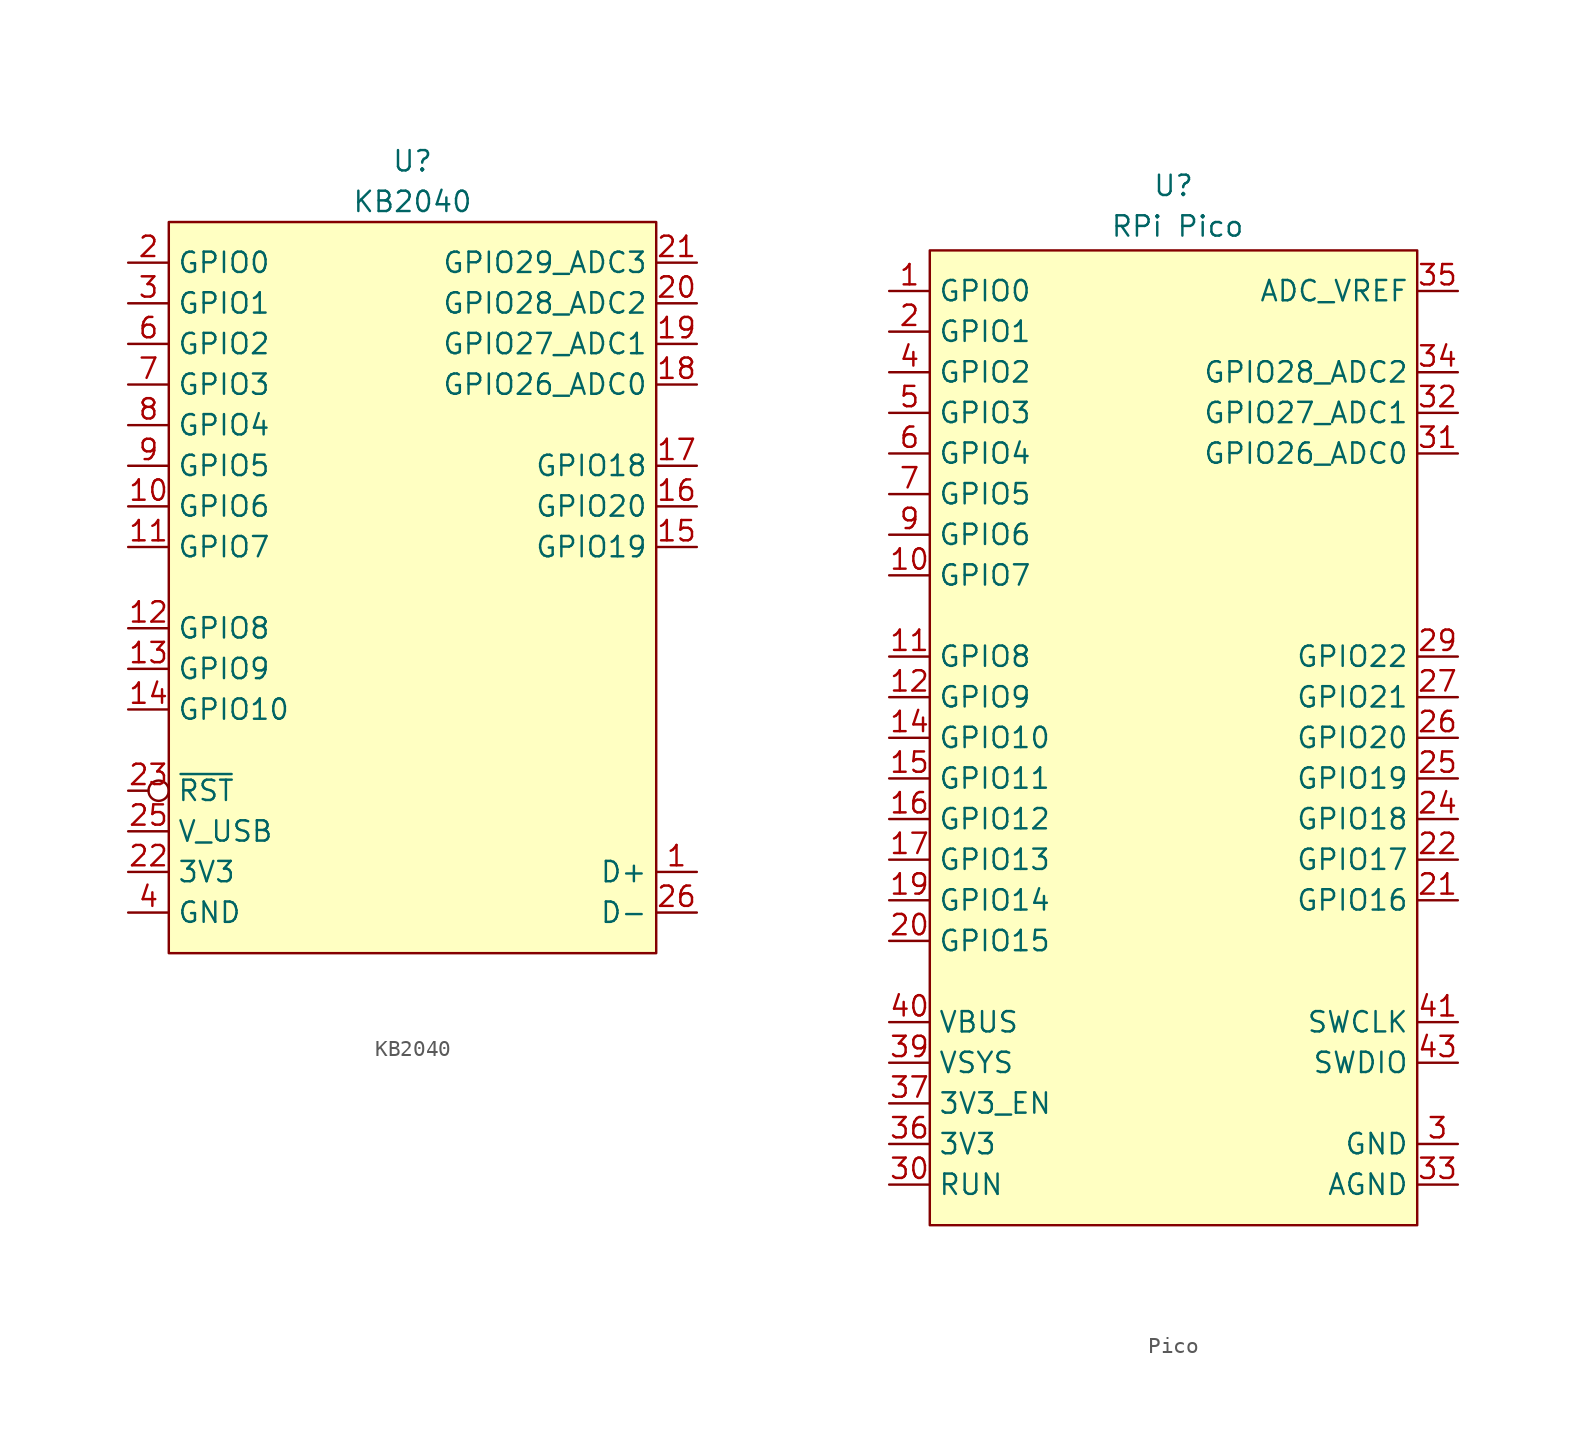
<source format=kicad_sym>
(kicad_symbol_lib
  (version 20241209)
  (generator "kicad_symbol_editor")
  (generator_version "9.0")
  (symbol "KB2040"
    (property "Reference" "U"
      (at 0 3.81 0)
      (effects (font (size 1.27 1.27))))
    (property "Value" "KB2040"
      (at 0 1.27 0)
      (effects (font (size 1.27 1.27))))
    (symbol "KB2040_0_1"
      (rectangle (start -15.24 0) (end 15.24 -45.72) (stroke (width 0) (type default)) (fill (type background))))
    (symbol "KB2040_1_1"
      (pin bidirectional line (at -17.78 -2.54 0) (length 2.54) (name "GPIO0" (effects (font (size 1.27 1.27)))) (number "2" (effects (font (size 1.27 1.27)))))
      (pin bidirectional line (at -17.78 -5.08 0) (length 2.54) (name "GPIO1" (effects (font (size 1.27 1.27)))) (number "3" (effects (font (size 1.27 1.27)))))
      (pin bidirectional line (at -17.78 -7.62 0) (length 2.54) (name "GPIO2" (effects (font (size 1.27 1.27)))) (number "6" (effects (font (size 1.27 1.27)))))
      (pin bidirectional line (at -17.78 -10.16 0) (length 2.54) (name "GPIO3" (effects (font (size 1.27 1.27)))) (number "7" (effects (font (size 1.27 1.27)))))
      (pin bidirectional line (at -17.78 -12.7 0) (length 2.54) (name "GPIO4" (effects (font (size 1.27 1.27)))) (number "8" (effects (font (size 1.27 1.27)))))
      (pin bidirectional line (at -17.78 -15.24 0) (length 2.54) (name "GPIO5" (effects (font (size 1.27 1.27)))) (number "9" (effects (font (size 1.27 1.27)))))
      (pin bidirectional line (at -17.78 -17.78 0) (length 2.54) (name "GPIO6" (effects (font (size 1.27 1.27)))) (number "10" (effects (font (size 1.27 1.27)))))
      (pin bidirectional line (at -17.78 -20.32 0) (length 2.54) (name "GPIO7" (effects (font (size 1.27 1.27)))) (number "11" (effects (font (size 1.27 1.27)))))
      (pin bidirectional line (at -17.78 -25.4 0) (length 2.54) (name "GPIO8" (effects (font (size 1.27 1.27)))) (number "12" (effects (font (size 1.27 1.27)))))
      (pin bidirectional line (at -17.78 -27.94 0) (length 2.54) (name "GPIO9" (effects (font (size 1.27 1.27)))) (number "13" (effects (font (size 1.27 1.27)))))
      (pin bidirectional line (at -17.78 -30.48 0) (length 2.54) (name "GPIO10" (effects (font (size 1.27 1.27)))) (number "14" (effects (font (size 1.27 1.27)))))
      (pin input inverted (at -17.78 -35.56 0) (length 2.54) (name "~{RST}" (effects (font (size 1.27 1.27)))) (number "23" (effects (font (size 1.27 1.27)))))
      (pin power_out line (at -17.78 -38.1 0) (length 2.54) (name "V_USB" (effects (font (size 1.27 1.27)))) (number "25" (effects (font (size 1.27 1.27)))))
      (pin power_in line (at -17.78 -40.64 0) (length 2.54) (name "3V3" (effects (font (size 1.27 1.27)))) (number "22" (effects (font (size 1.27 1.27)))))
      (pin passive line (at -17.78 -43.18 0) (length 2.54) (hide yes) (name "GND" (effects (font (size 1.27 1.27)))) (number "24" (effects (font (size 1.27 1.27)))))
      (pin power_in line (at -17.78 -43.18 0) (length 2.54) (name "GND" (effects (font (size 1.27 1.27)))) (number "4" (effects (font (size 1.27 1.27)))))
      (pin passive line (at -17.78 -43.18 0) (length 2.54) (hide yes) (name "GND" (effects (font (size 1.27 1.27)))) (number "5" (effects (font (size 1.27 1.27)))))
      (pin bidirectional line (at 17.78 -2.54 180) (length 2.54) (name "GPIO29_ADC3" (effects (font (size 1.27 1.27)))) (number "21" (effects (font (size 1.27 1.27)))))
      (pin bidirectional line (at 17.78 -5.08 180) (length 2.54) (name "GPIO28_ADC2" (effects (font (size 1.27 1.27)))) (number "20" (effects (font (size 1.27 1.27)))))
      (pin bidirectional line (at 17.78 -7.62 180) (length 2.54) (name "GPIO27_ADC1" (effects (font (size 1.27 1.27)))) (number "19" (effects (font (size 1.27 1.27)))))
      (pin bidirectional line (at 17.78 -10.16 180) (length 2.54) (name "GPIO26_ADC0" (effects (font (size 1.27 1.27)))) (number "18" (effects (font (size 1.27 1.27)))))
      (pin bidirectional line (at 17.78 -15.24 180) (length 2.54) (name "GPIO18" (effects (font (size 1.27 1.27)))) (number "17" (effects (font (size 1.27 1.27)))))
      (pin bidirectional line (at 17.78 -17.78 180) (length 2.54) (name "GPIO20" (effects (font (size 1.27 1.27)))) (number "16" (effects (font (size 1.27 1.27)))))
      (pin bidirectional line (at 17.78 -20.32 180) (length 2.54) (name "GPIO19" (effects (font (size 1.27 1.27)))) (number "15" (effects (font (size 1.27 1.27)))))
      (pin bidirectional line (at 17.78 -40.64 180) (length 2.54) (name "D+" (effects (font (size 1.27 1.27)))) (number "1" (effects (font (size 1.27 1.27)))))
      (pin bidirectional line (at 17.78 -43.18 180) (length 2.54) (name "D-" (effects (font (size 1.27 1.27)))) (number "26" (effects (font (size 1.27 1.27)))))))
  (symbol "Pico"
    (property "Reference" "U"
      (at 0 29.972 0)
      (effects (font (size 1.27 1.27)) (justify bottom)))
    (property "Value" "RPi Pico"
      (at 0.254 27.432 0)
      (effects (font (size 1.27 1.27)) (justify bottom)))
    (symbol "Pico_0_1"
      (rectangle (start -15.24 26.67) (end 15.24 -34.29) (stroke (width 0) (type default)) (fill (type background))))
    (symbol "Pico_1_1"
      (pin bidirectional line (at -17.78 24.13 0) (length 2.54) (name "GPIO0" (effects (font (size 1.27 1.27)))) (number "1" (effects (font (size 1.27 1.27)))))
      (pin bidirectional line (at -17.78 21.59 0) (length 2.54) (name "GPIO1" (effects (font (size 1.27 1.27)))) (number "2" (effects (font (size 1.27 1.27)))))
      (pin bidirectional line (at -17.78 19.05 0) (length 2.54) (name "GPIO2" (effects (font (size 1.27 1.27)))) (number "4" (effects (font (size 1.27 1.27)))))
      (pin bidirectional line (at -17.78 16.51 0) (length 2.54) (name "GPIO3" (effects (font (size 1.27 1.27)))) (number "5" (effects (font (size 1.27 1.27)))))
      (pin bidirectional line (at -17.78 13.97 0) (length 2.54) (name "GPIO4" (effects (font (size 1.27 1.27)))) (number "6" (effects (font (size 1.27 1.27)))))
      (pin bidirectional line (at -17.78 11.43 0) (length 2.54) (name "GPIO5" (effects (font (size 1.27 1.27)))) (number "7" (effects (font (size 1.27 1.27)))))
      (pin bidirectional line (at -17.78 8.89 0) (length 2.54) (name "GPIO6" (effects (font (size 1.27 1.27)))) (number "9" (effects (font (size 1.27 1.27)))))
      (pin bidirectional line (at -17.78 6.35 0) (length 2.54) (name "GPIO7" (effects (font (size 1.27 1.27)))) (number "10" (effects (font (size 1.27 1.27)))))
      (pin bidirectional line (at -17.78 1.27 0) (length 2.54) (name "GPIO8" (effects (font (size 1.27 1.27)))) (number "11" (effects (font (size 1.27 1.27)))))
      (pin bidirectional line (at -17.78 -1.27 0) (length 2.54) (name "GPIO9" (effects (font (size 1.27 1.27)))) (number "12" (effects (font (size 1.27 1.27)))))
      (pin bidirectional line (at -17.78 -3.81 0) (length 2.54) (name "GPIO10" (effects (font (size 1.27 1.27)))) (number "14" (effects (font (size 1.27 1.27)))))
      (pin bidirectional line (at -17.78 -6.35 0) (length 2.54) (name "GPIO11" (effects (font (size 1.27 1.27)))) (number "15" (effects (font (size 1.27 1.27)))))
      (pin bidirectional line (at -17.78 -8.89 0) (length 2.54) (name "GPIO12" (effects (font (size 1.27 1.27)))) (number "16" (effects (font (size 1.27 1.27)))))
      (pin bidirectional line (at -17.78 -11.43 0) (length 2.54) (name "GPIO13" (effects (font (size 1.27 1.27)))) (number "17" (effects (font (size 1.27 1.27)))))
      (pin bidirectional line (at -17.78 -13.97 0) (length 2.54) (name "GPIO14" (effects (font (size 1.27 1.27)))) (number "19" (effects (font (size 1.27 1.27)))))
      (pin bidirectional line (at -17.78 -16.51 0) (length 2.54) (name "GPIO15" (effects (font (size 1.27 1.27)))) (number "20" (effects (font (size 1.27 1.27)))))
      (pin power_in line (at -17.78 -21.59 0) (length 2.54) (name "VBUS" (effects (font (size 1.27 1.27)))) (number "40" (effects (font (size 1.27 1.27)))))
      (pin power_in line (at -17.78 -24.13 0) (length 2.54) (name "VSYS" (effects (font (size 1.27 1.27)))) (number "39" (effects (font (size 1.27 1.27)))))
      (pin input line (at -17.78 -26.67 0) (length 2.54) (name "3V3_EN" (effects (font (size 1.27 1.27)))) (number "37" (effects (font (size 1.27 1.27)))))
      (pin power_in line (at -17.78 -29.21 0) (length 2.54) (name "3V3" (effects (font (size 1.27 1.27)))) (number "36" (effects (font (size 1.27 1.27)))))
      (pin input line (at -17.78 -31.75 0) (length 2.54) (name "RUN" (effects (font (size 1.27 1.27)))) (number "30" (effects (font (size 1.27 1.27)))))
      (pin input line (at 17.78 24.13 180) (length 2.54) (name "ADC_VREF" (effects (font (size 1.27 1.27)))) (number "35" (effects (font (size 1.27 1.27)))))
      (pin bidirectional line (at 17.78 19.05 180) (length 2.54) (name "GPIO28_ADC2" (effects (font (size 1.27 1.27)))) (number "34" (effects (font (size 1.27 1.27)))))
      (pin bidirectional line (at 17.78 16.51 180) (length 2.54) (name "GPIO27_ADC1" (effects (font (size 1.27 1.27)))) (number "32" (effects (font (size 1.27 1.27)))))
      (pin bidirectional line (at 17.78 13.97 180) (length 2.54) (name "GPIO26_ADC0" (effects (font (size 1.27 1.27)))) (number "31" (effects (font (size 1.27 1.27)))))
      (pin bidirectional line (at 17.78 1.27 180) (length 2.54) (name "GPIO22" (effects (font (size 1.27 1.27)))) (number "29" (effects (font (size 1.27 1.27)))))
      (pin bidirectional line (at 17.78 -1.27 180) (length 2.54) (name "GPIO21" (effects (font (size 1.27 1.27)))) (number "27" (effects (font (size 1.27 1.27)))))
      (pin bidirectional line (at 17.78 -3.81 180) (length 2.54) (name "GPIO20" (effects (font (size 1.27 1.27)))) (number "26" (effects (font (size 1.27 1.27)))))
      (pin bidirectional line (at 17.78 -6.35 180) (length 2.54) (name "GPIO19" (effects (font (size 1.27 1.27)))) (number "25" (effects (font (size 1.27 1.27)))))
      (pin bidirectional line (at 17.78 -8.89 180) (length 2.54) (name "GPIO18" (effects (font (size 1.27 1.27)))) (number "24" (effects (font (size 1.27 1.27)))))
      (pin bidirectional line (at 17.78 -11.43 180) (length 2.54) (name "GPIO17" (effects (font (size 1.27 1.27)))) (number "22" (effects (font (size 1.27 1.27)))))
      (pin bidirectional line (at 17.78 -13.97 180) (length 2.54) (name "GPIO16" (effects (font (size 1.27 1.27)))) (number "21" (effects (font (size 1.27 1.27)))))
      (pin input line (at 17.78 -21.59 180) (length 2.54) (name "SWCLK" (effects (font (size 1.27 1.27)))) (number "41" (effects (font (size 1.27 1.27)))))
      (pin bidirectional line (at 17.78 -24.13 180) (length 2.54) (name "SWDIO" (effects (font (size 1.27 1.27)))) (number "43" (effects (font (size 1.27 1.27)))))
      (pin passive line (at 17.78 -29.21 180) (length 2.54) (hide yes) (name "GND" (effects (font (size 1.27 1.27)))) (number "13" (effects (font (size 1.27 1.27)))))
      (pin passive line (at 17.78 -29.21 180) (length 2.54) (hide yes) (name "GND" (effects (font (size 1.27 1.27)))) (number "18" (effects (font (size 1.27 1.27)))))
      (pin passive line (at 17.78 -29.21 180) (length 2.54) (hide yes) (name "GND" (effects (font (size 1.27 1.27)))) (number "23" (effects (font (size 1.27 1.27)))))
      (pin passive line (at 17.78 -29.21 180) (length 2.54) (hide yes) (name "GND" (effects (font (size 1.27 1.27)))) (number "28" (effects (font (size 1.27 1.27)))))
      (pin passive line (at 17.78 -29.21 180) (length 2.54) (name "GND" (effects (font (size 1.27 1.27)))) (number "3" (effects (font (size 1.27 1.27)))))
      (pin passive line (at 17.78 -29.21 180) (length 2.54) (hide yes) (name "GND" (effects (font (size 1.27 1.27)))) (number "38" (effects (font (size 1.27 1.27)))))
      (pin passive line (at 17.78 -29.21 180) (length 2.54) (hide yes) (name "GND" (effects (font (size 1.27 1.27)))) (number "42" (effects (font (size 1.27 1.27)))))
      (pin passive line (at 17.78 -29.21 180) (length 2.54) (hide yes) (name "GND" (effects (font (size 1.27 1.27)))) (number "8" (effects (font (size 1.27 1.27)))))
      (pin passive line (at 17.78 -31.75 180) (length 2.54) (name "AGND" (effects (font (size 1.27 1.27)))) (number "33" (effects (font (size 1.27 1.27))))))))
</source>
